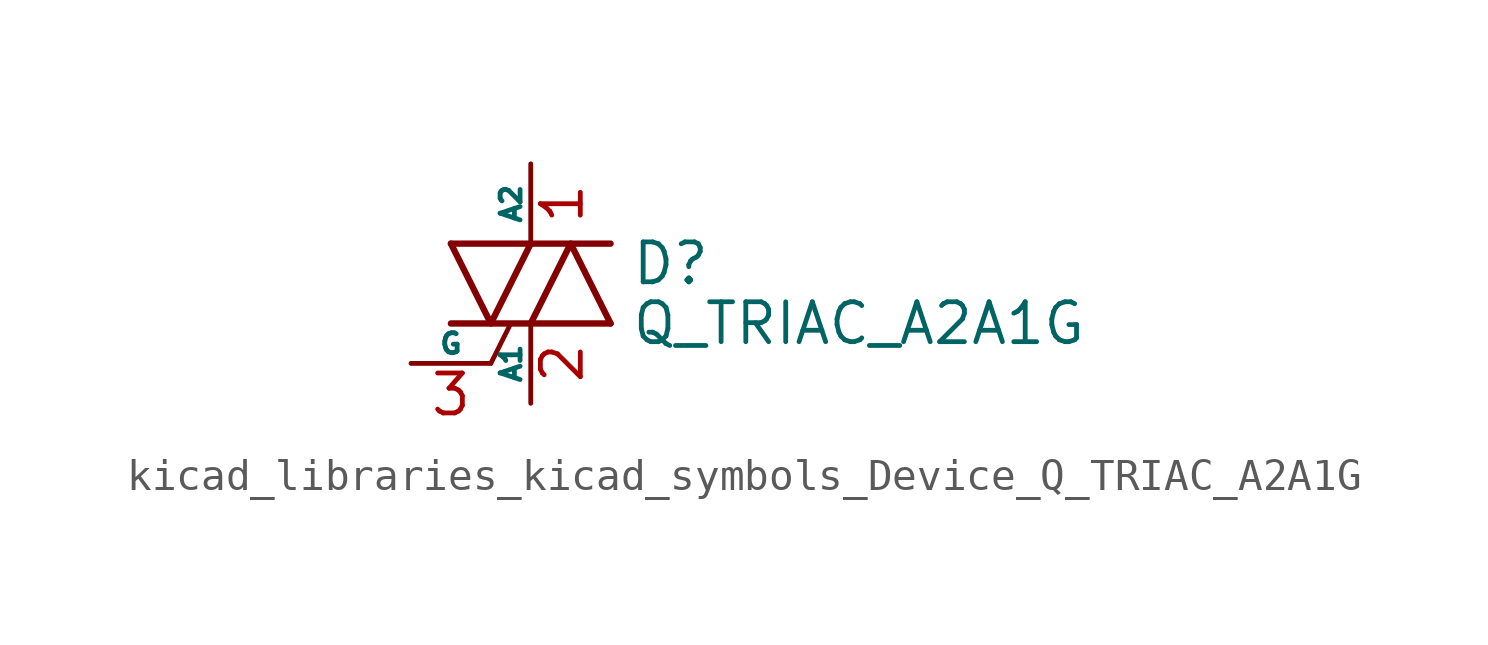
<source format=kicad_sym>
(kicad_symbol_lib
  (version 20220914)
  (generator kicad_symbol_editor)
  (symbol "kicad_libraries_kicad_symbols_Device_Q_TRIAC_A2A1G"
    (pin_names
      (offset 0))
    (property "Reference" "D"
      (at 3.175 0.635 0)
      (effects (font (size 1.27 1.27)) (justify left)))
    (property "Value" "Q_TRIAC_A2A1G"
      (at 3.175 -1.27 0)
      (effects (font (size 1.27 1.27)) (justify left)))
    (symbol "kicad_libraries_kicad_symbols_Device_Q_TRIAC_A2A1G_0_1"
      (polyline (pts (xy -2.54 -1.27) (xy 2.54 -1.27)) (stroke (width 0.203) (type default)) (fill (type none)))
      (polyline (pts (xy -2.54 1.27) (xy 2.54 1.27)) (stroke (width 0.203) (type default)) (fill (type none)))
      (polyline (pts (xy -1.27 -2.54) (xy -0.635 -1.27)) (stroke (width 0) (type default)) (fill (type none)))
      (polyline (pts (xy -2.54 1.27) (xy -1.27 -1.27) (xy 0 1.27)) (stroke (width 0.203) (type default)) (fill (type none)))
      (polyline (pts (xy 0 -1.27) (xy 1.27 1.27) (xy 2.54 -1.27)) (stroke (width 0.203) (type default)) (fill (type none))))
    (symbol "kicad_libraries_kicad_symbols_Device_Q_TRIAC_A2A1G_1_1"
      (pin passive line (at 0 3.81 270) (length 2.54) (name "A2" (effects (font (size 0.635 0.635)))) (number "1" (effects (font (size 1.27 1.27)))))
      (pin passive line (at 0 -3.81 90) (length 2.54) (name "A1" (effects (font (size 0.635 0.635)))) (number "2" (effects (font (size 1.27 1.27)))))
      (pin input line (at -3.81 -2.54 0) (length 2.54) (name "G" (effects (font (size 0.635 0.635)))) (number "3" (effects (font (size 1.27 1.27))))))))
</source>
